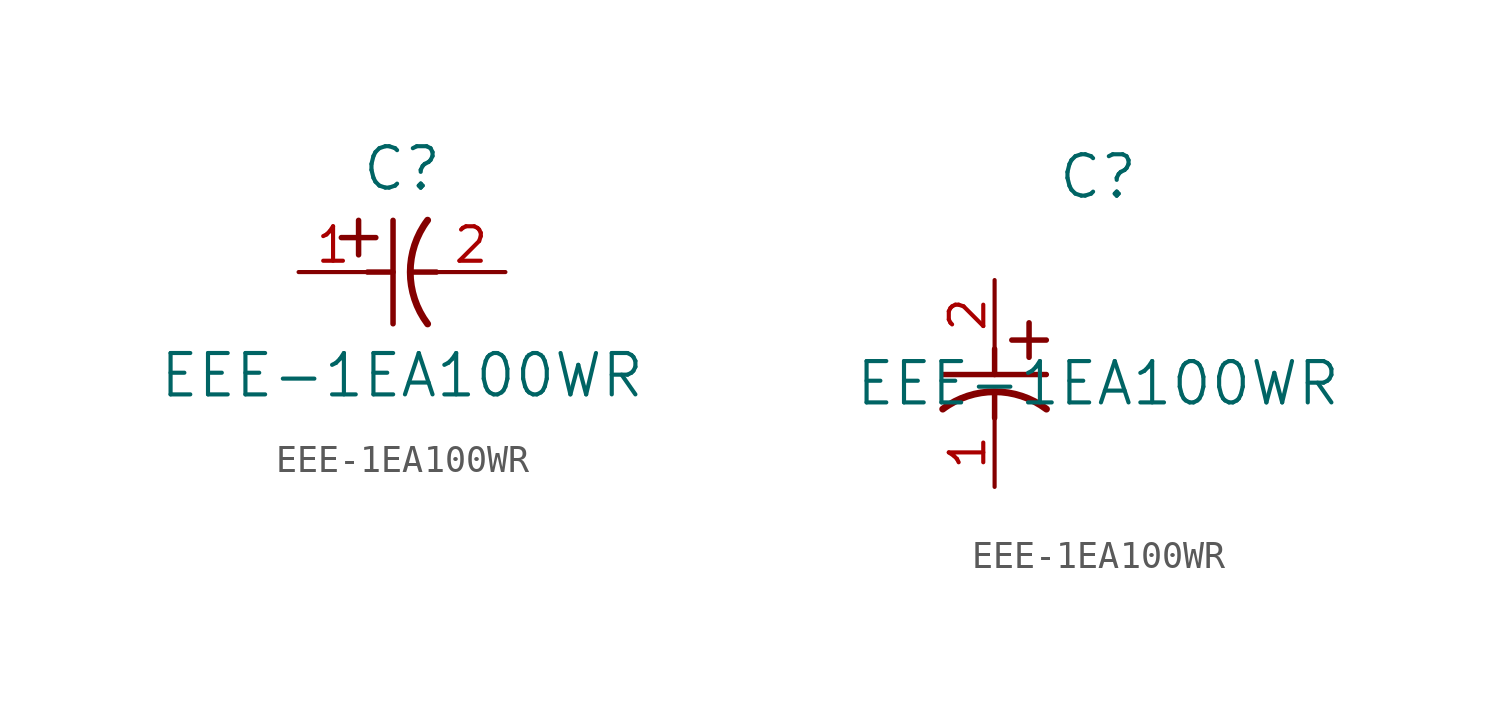
<source format=kicad_sym>
(kicad_symbol_lib
  (version 20231120)
  (generator "kicad_symbol_editor")
  (generator_version "8.0")
  (symbol "EEE-1EA100WR"
    (pin_names
      (offset 0.254))
    (property "Reference" "C"
      (at 3.81 3.81 0)
      (effects (font (size 1.524 1.524))))
    (property "Value" "EEE-1EA100WR"
      (at 3.81 -3.81 0)
      (effects (font (size 1.524 1.524))))
    (symbol "EEE-1EA100WR_1_1"
      (polyline (pts (xy 1.575 1.27) (xy 2.845 1.27)) (stroke (width 0.203) (type default)) (fill (type none)))
      (polyline (pts (xy 2.21 0.635) (xy 2.21 1.905)) (stroke (width 0.203) (type default)) (fill (type none)))
      (polyline (pts (xy 2.54 0) (xy 3.48 0)) (stroke (width 0.203) (type default)) (fill (type none)))
      (polyline (pts (xy 3.48 -1.905) (xy 3.48 1.905)) (stroke (width 0.203) (type default)) (fill (type none)))
      (polyline (pts (xy 4.115 0) (xy 5.08 0)) (stroke (width 0.203) (type default)) (fill (type none)))
      (arc (start 4.7541 1.9108) (mid 4.1148 0) (end 4.7541 -1.9108) (stroke (width 0.254) (type default)) (fill (type none)))
      (pin unspecified line (at 0 0 0) (length 2.54) (name "" (effects (font (size 1.27 1.27)))) (number "1" (effects (font (size 1.27 1.27)))))
      (pin unspecified line (at 7.62 0 180) (length 2.54) (name "" (effects (font (size 1.27 1.27)))) (number "2" (effects (font (size 1.27 1.27))))))
    (symbol "EEE-1EA100WR_1_2"
      (polyline (pts (xy -1.905 -3.48) (xy 1.905 -3.48)) (stroke (width 0.203) (type default)) (fill (type none)))
      (polyline (pts (xy 0 -4.115) (xy 0 -5.08)) (stroke (width 0.203) (type default)) (fill (type none)))
      (polyline (pts (xy 0 -2.54) (xy 0 -3.48)) (stroke (width 0.203) (type default)) (fill (type none)))
      (polyline (pts (xy 0.635 -2.21) (xy 1.905 -2.21)) (stroke (width 0.203) (type default)) (fill (type none)))
      (polyline (pts (xy 1.27 -1.575) (xy 1.27 -2.845)) (stroke (width 0.203) (type default)) (fill (type none)))
      (arc (start 1.9108 -4.7541) (mid 0 -4.1148) (end -1.9108 -4.7541) (stroke (width 0.254) (type default)) (fill (type none)))
      (pin unspecified line (at 0 -7.62 90) (length 2.54) (name "" (effects (font (size 1.27 1.27)))) (number "1" (effects (font (size 1.27 1.27)))))
      (pin unspecified line (at 0 0 270) (length 2.54) (name "" (effects (font (size 1.27 1.27)))) (number "2" (effects (font (size 1.27 1.27))))))))
</source>
